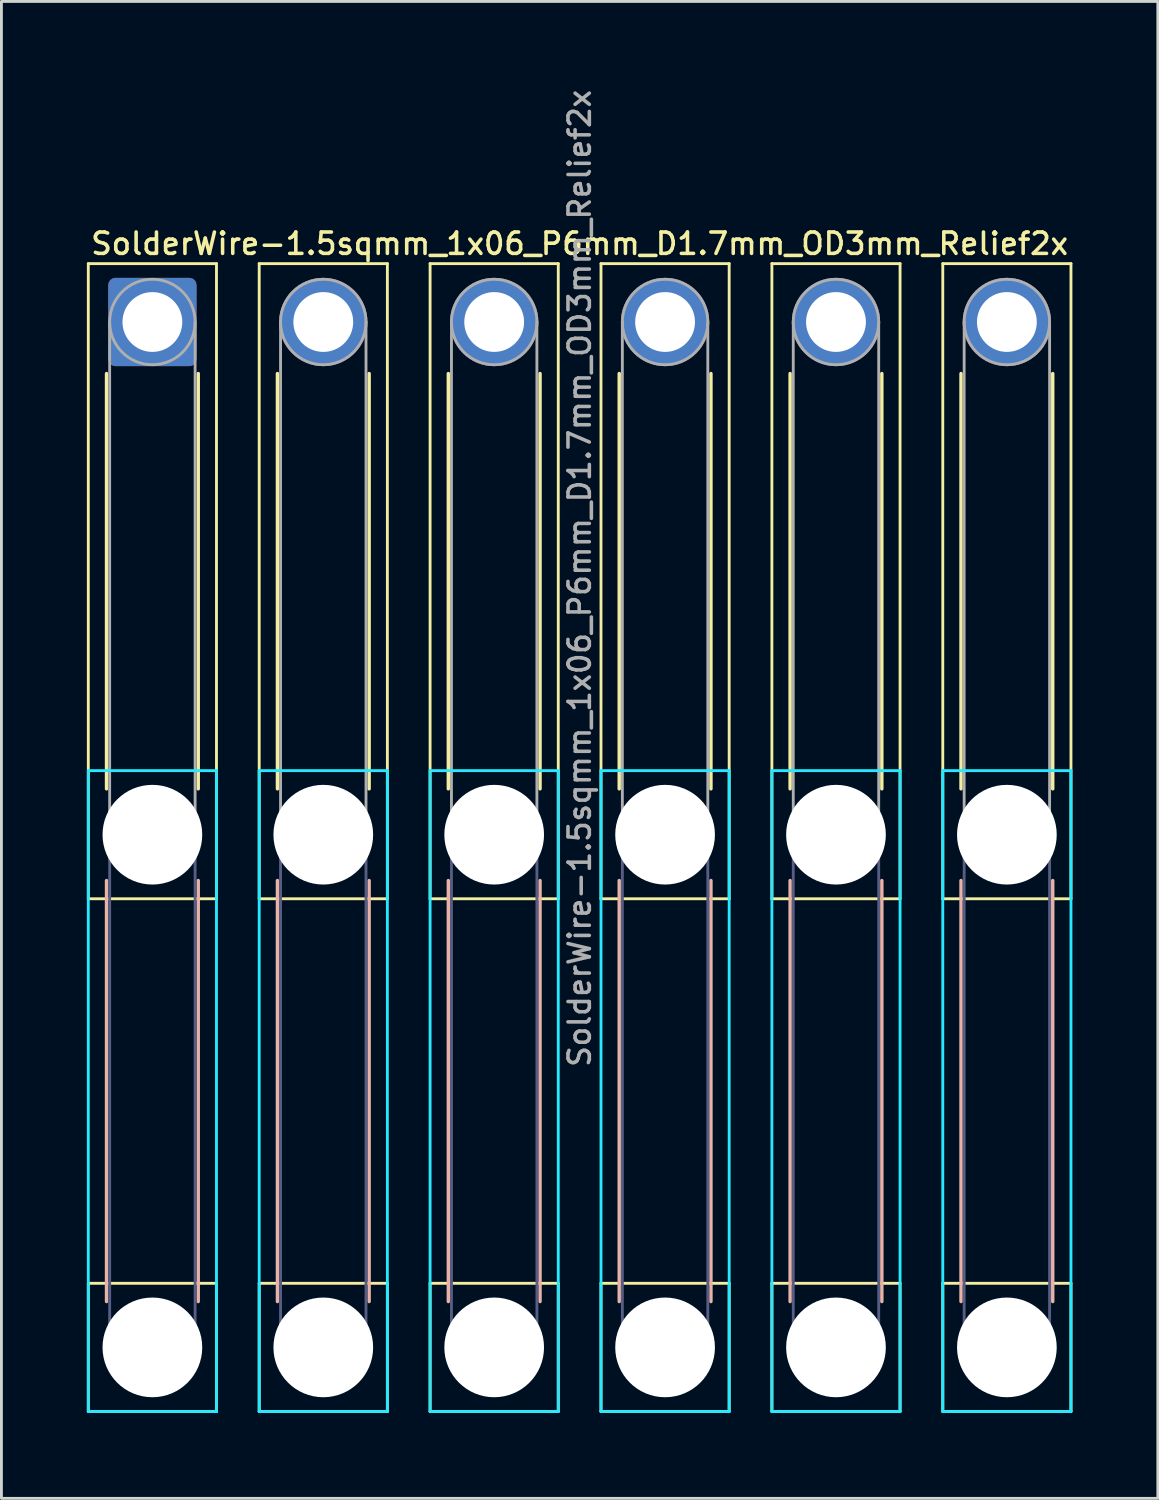
<source format=kicad_pcb>
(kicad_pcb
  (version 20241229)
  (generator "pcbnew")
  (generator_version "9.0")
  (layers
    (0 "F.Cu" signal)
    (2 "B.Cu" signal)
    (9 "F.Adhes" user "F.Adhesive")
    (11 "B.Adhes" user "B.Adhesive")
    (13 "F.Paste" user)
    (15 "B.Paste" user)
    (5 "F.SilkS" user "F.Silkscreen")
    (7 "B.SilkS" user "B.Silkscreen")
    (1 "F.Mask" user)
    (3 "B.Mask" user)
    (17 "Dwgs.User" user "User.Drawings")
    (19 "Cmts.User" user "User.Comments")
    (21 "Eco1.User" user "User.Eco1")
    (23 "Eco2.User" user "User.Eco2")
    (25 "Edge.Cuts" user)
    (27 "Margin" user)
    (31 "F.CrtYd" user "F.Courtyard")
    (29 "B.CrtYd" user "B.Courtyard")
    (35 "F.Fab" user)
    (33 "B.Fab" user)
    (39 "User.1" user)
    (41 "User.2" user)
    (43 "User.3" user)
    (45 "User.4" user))
  (footprint "SolderWire-1.5sqmm_1x06_P6mm_D1.7mm_OD3mm_Relief2x"
    (layer "F.Cu")
    (at 2.3 8.255)
    (property "Reference" "SolderWire-1.5sqmm_1x06_P6mm_D1.7mm_OD3mm_Relief2x" (at 15 -2.75 0) (layer "F.SilkS") (effects (font (size 0.75 0.75) (thickness 0.125))))
    (attr exclude_from_pos_files exclude_from_bom)
    (fp_line (start -2.25 -2.05) (end -2.25 20.25) (stroke (width 0.1) (type solid)) (layer "F.SilkS"))
    (fp_line (start -2.25 20.25) (end 2.25 20.25) (stroke (width 0.1) (type solid)) (layer "F.SilkS"))
    (fp_line (start -2.25 33.75) (end -2.25 38.25) (stroke (width 0.1) (type solid)) (layer "F.SilkS"))
    (fp_line (start -2.25 38.25) (end 2.25 38.25) (stroke (width 0.1) (type solid)) (layer "F.SilkS"))
    (fp_line (start -1.61 1.81) (end -1.61 16.39) (stroke (width 0.12) (type solid)) (layer "F.SilkS"))
    (fp_line (start 1.61 1.81) (end 1.61 16.39) (stroke (width 0.12) (type solid)) (layer "F.SilkS"))
    (fp_line (start 2.25 -2.05) (end -2.25 -2.05) (stroke (width 0.1) (type solid)) (layer "F.SilkS"))
    (fp_line (start 2.25 20.25) (end 2.25 -2.05) (stroke (width 0.1) (type solid)) (layer "F.SilkS"))
    (fp_line (start 2.25 33.75) (end -2.25 33.75) (stroke (width 0.1) (type solid)) (layer "F.SilkS"))
    (fp_line (start 2.25 38.25) (end 2.25 33.75) (stroke (width 0.1) (type solid)) (layer "F.SilkS"))
    (fp_line (start 3.75 -2.05) (end 3.75 20.25) (stroke (width 0.1) (type solid)) (layer "F.SilkS"))
    (fp_line (start 3.75 20.25) (end 8.25 20.25) (stroke (width 0.1) (type solid)) (layer "F.SilkS"))
    (fp_line (start 3.75 33.75) (end 3.75 38.25) (stroke (width 0.1) (type solid)) (layer "F.SilkS"))
    (fp_line (start 3.75 38.25) (end 8.25 38.25) (stroke (width 0.1) (type solid)) (layer "F.SilkS"))
    (fp_line (start 4.39 1.81) (end 4.39 16.39) (stroke (width 0.12) (type solid)) (layer "F.SilkS"))
    (fp_line (start 7.61 1.81) (end 7.61 16.39) (stroke (width 0.12) (type solid)) (layer "F.SilkS"))
    (fp_line (start 8.25 -2.05) (end 3.75 -2.05) (stroke (width 0.1) (type solid)) (layer "F.SilkS"))
    (fp_line (start 8.25 20.25) (end 8.25 -2.05) (stroke (width 0.1) (type solid)) (layer "F.SilkS"))
    (fp_line (start 8.25 33.75) (end 3.75 33.75) (stroke (width 0.1) (type solid)) (layer "F.SilkS"))
    (fp_line (start 8.25 38.25) (end 8.25 33.75) (stroke (width 0.1) (type solid)) (layer "F.SilkS"))
    (fp_line (start 9.75 -2.05) (end 9.75 20.25) (stroke (width 0.1) (type solid)) (layer "F.SilkS"))
    (fp_line (start 9.75 20.25) (end 14.25 20.25) (stroke (width 0.1) (type solid)) (layer "F.SilkS"))
    (fp_line (start 9.75 33.75) (end 9.75 38.25) (stroke (width 0.1) (type solid)) (layer "F.SilkS"))
    (fp_line (start 9.75 38.25) (end 14.25 38.25) (stroke (width 0.1) (type solid)) (layer "F.SilkS"))
    (fp_line (start 10.39 1.81) (end 10.39 16.39) (stroke (width 0.12) (type solid)) (layer "F.SilkS"))
    (fp_line (start 13.61 1.81) (end 13.61 16.39) (stroke (width 0.12) (type solid)) (layer "F.SilkS"))
    (fp_line (start 14.25 -2.05) (end 9.75 -2.05) (stroke (width 0.1) (type solid)) (layer "F.SilkS"))
    (fp_line (start 14.25 20.25) (end 14.25 -2.05) (stroke (width 0.1) (type solid)) (layer "F.SilkS"))
    (fp_line (start 14.25 33.75) (end 9.75 33.75) (stroke (width 0.1) (type solid)) (layer "F.SilkS"))
    (fp_line (start 14.25 38.25) (end 14.25 33.75) (stroke (width 0.1) (type solid)) (layer "F.SilkS"))
    (fp_line (start 15.75 -2.05) (end 15.75 20.25) (stroke (width 0.1) (type solid)) (layer "F.SilkS"))
    (fp_line (start 15.75 20.25) (end 20.25 20.25) (stroke (width 0.1) (type solid)) (layer "F.SilkS"))
    (fp_line (start 15.75 33.75) (end 15.75 38.25) (stroke (width 0.1) (type solid)) (layer "F.SilkS"))
    (fp_line (start 15.75 38.25) (end 20.25 38.25) (stroke (width 0.1) (type solid)) (layer "F.SilkS"))
    (fp_line (start 16.39 1.81) (end 16.39 16.39) (stroke (width 0.12) (type solid)) (layer "F.SilkS"))
    (fp_line (start 19.61 1.81) (end 19.61 16.39) (stroke (width 0.12) (type solid)) (layer "F.SilkS"))
    (fp_line (start 20.25 -2.05) (end 15.75 -2.05) (stroke (width 0.1) (type solid)) (layer "F.SilkS"))
    (fp_line (start 20.25 20.25) (end 20.25 -2.05) (stroke (width 0.1) (type solid)) (layer "F.SilkS"))
    (fp_line (start 20.25 33.75) (end 15.75 33.75) (stroke (width 0.1) (type solid)) (layer "F.SilkS"))
    (fp_line (start 20.25 38.25) (end 20.25 33.75) (stroke (width 0.1) (type solid)) (layer "F.SilkS"))
    (fp_line (start 21.75 -2.05) (end 21.75 20.25) (stroke (width 0.1) (type solid)) (layer "F.SilkS"))
    (fp_line (start 21.75 20.25) (end 26.25 20.25) (stroke (width 0.1) (type solid)) (layer "F.SilkS"))
    (fp_line (start 21.75 33.75) (end 21.75 38.25) (stroke (width 0.1) (type solid)) (layer "F.SilkS"))
    (fp_line (start 21.75 38.25) (end 26.25 38.25) (stroke (width 0.1) (type solid)) (layer "F.SilkS"))
    (fp_line (start 22.39 1.81) (end 22.39 16.39) (stroke (width 0.12) (type solid)) (layer "F.SilkS"))
    (fp_line (start 25.61 1.81) (end 25.61 16.39) (stroke (width 0.12) (type solid)) (layer "F.SilkS"))
    (fp_line (start 26.25 -2.05) (end 21.75 -2.05) (stroke (width 0.1) (type solid)) (layer "F.SilkS"))
    (fp_line (start 26.25 20.25) (end 26.25 -2.05) (stroke (width 0.1) (type solid)) (layer "F.SilkS"))
    (fp_line (start 26.25 33.75) (end 21.75 33.75) (stroke (width 0.1) (type solid)) (layer "F.SilkS"))
    (fp_line (start 26.25 38.25) (end 26.25 33.75) (stroke (width 0.1) (type solid)) (layer "F.SilkS"))
    (fp_line (start 27.75 -2.05) (end 27.75 20.25) (stroke (width 0.1) (type solid)) (layer "F.SilkS"))
    (fp_line (start 27.75 20.25) (end 32.25 20.25) (stroke (width 0.1) (type solid)) (layer "F.SilkS"))
    (fp_line (start 27.75 33.75) (end 27.75 38.25) (stroke (width 0.1) (type solid)) (layer "F.SilkS"))
    (fp_line (start 27.75 38.25) (end 32.25 38.25) (stroke (width 0.1) (type solid)) (layer "F.SilkS"))
    (fp_line (start 28.39 1.81) (end 28.39 16.39) (stroke (width 0.12) (type solid)) (layer "F.SilkS"))
    (fp_line (start 31.61 1.81) (end 31.61 16.39) (stroke (width 0.12) (type solid)) (layer "F.SilkS"))
    (fp_line (start 32.25 -2.05) (end 27.75 -2.05) (stroke (width 0.1) (type solid)) (layer "F.SilkS"))
    (fp_line (start 32.25 20.25) (end 32.25 -2.05) (stroke (width 0.1) (type solid)) (layer "F.SilkS"))
    (fp_line (start 32.25 33.75) (end 27.75 33.75) (stroke (width 0.1) (type solid)) (layer "F.SilkS"))
    (fp_line (start 32.25 38.25) (end 32.25 33.75) (stroke (width 0.1) (type solid)) (layer "F.SilkS"))
    (fp_line (start -1.61 19.61) (end -1.61 34.39) (stroke (width 0.12) (type solid)) (layer "B.SilkS"))
    (fp_line (start 1.61 19.61) (end 1.61 34.39) (stroke (width 0.12) (type solid)) (layer "B.SilkS"))
    (fp_line (start 4.39 19.61) (end 4.39 34.39) (stroke (width 0.12) (type solid)) (layer "B.SilkS"))
    (fp_line (start 7.61 19.61) (end 7.61 34.39) (stroke (width 0.12) (type solid)) (layer "B.SilkS"))
    (fp_line (start 10.39 19.61) (end 10.39 34.39) (stroke (width 0.12) (type solid)) (layer "B.SilkS"))
    (fp_line (start 13.61 19.61) (end 13.61 34.39) (stroke (width 0.12) (type solid)) (layer "B.SilkS"))
    (fp_line (start 16.39 19.61) (end 16.39 34.39) (stroke (width 0.12) (type solid)) (layer "B.SilkS"))
    (fp_line (start 19.61 19.61) (end 19.61 34.39) (stroke (width 0.12) (type solid)) (layer "B.SilkS"))
    (fp_line (start 22.39 19.61) (end 22.39 34.39) (stroke (width 0.12) (type solid)) (layer "B.SilkS"))
    (fp_line (start 25.61 19.61) (end 25.61 34.39) (stroke (width 0.12) (type solid)) (layer "B.SilkS"))
    (fp_line (start 28.39 19.61) (end 28.39 34.39) (stroke (width 0.12) (type solid)) (layer "B.SilkS"))
    (fp_line (start 31.61 19.61) (end 31.61 34.39) (stroke (width 0.12) (type solid)) (layer "B.SilkS"))
    (fp_line (start -2.25 15.75) (end -2.25 38.25) (stroke (width 0.1) (type solid)) (layer "B.CrtYd"))
    (fp_line (start -2.25 38.25) (end 2.25 38.25) (stroke (width 0.1) (type solid)) (layer "B.CrtYd"))
    (fp_line (start 2.25 15.75) (end -2.25 15.75) (stroke (width 0.1) (type solid)) (layer "B.CrtYd"))
    (fp_line (start 2.25 38.25) (end 2.25 15.75) (stroke (width 0.1) (type solid)) (layer "B.CrtYd"))
    (fp_line (start 3.75 15.75) (end 3.75 38.25) (stroke (width 0.1) (type solid)) (layer "B.CrtYd"))
    (fp_line (start 3.75 38.25) (end 8.25 38.25) (stroke (width 0.1) (type solid)) (layer "B.CrtYd"))
    (fp_line (start 8.25 15.75) (end 3.75 15.75) (stroke (width 0.1) (type solid)) (layer "B.CrtYd"))
    (fp_line (start 8.25 38.25) (end 8.25 15.75) (stroke (width 0.1) (type solid)) (layer "B.CrtYd"))
    (fp_line (start 9.75 15.75) (end 9.75 38.25) (stroke (width 0.1) (type solid)) (layer "B.CrtYd"))
    (fp_line (start 9.75 38.25) (end 14.25 38.25) (stroke (width 0.1) (type solid)) (layer "B.CrtYd"))
    (fp_line (start 14.25 15.75) (end 9.75 15.75) (stroke (width 0.1) (type solid)) (layer "B.CrtYd"))
    (fp_line (start 14.25 38.25) (end 14.25 15.75) (stroke (width 0.1) (type solid)) (layer "B.CrtYd"))
    (fp_line (start 15.75 15.75) (end 15.75 38.25) (stroke (width 0.1) (type solid)) (layer "B.CrtYd"))
    (fp_line (start 15.75 38.25) (end 20.25 38.25) (stroke (width 0.1) (type solid)) (layer "B.CrtYd"))
    (fp_line (start 20.25 15.75) (end 15.75 15.75) (stroke (width 0.1) (type solid)) (layer "B.CrtYd"))
    (fp_line (start 20.25 38.25) (end 20.25 15.75) (stroke (width 0.1) (type solid)) (layer "B.CrtYd"))
    (fp_line (start 21.75 15.75) (end 21.75 38.25) (stroke (width 0.1) (type solid)) (layer "B.CrtYd"))
    (fp_line (start 21.75 38.25) (end 26.25 38.25) (stroke (width 0.1) (type solid)) (layer "B.CrtYd"))
    (fp_line (start 26.25 15.75) (end 21.75 15.75) (stroke (width 0.1) (type solid)) (layer "B.CrtYd"))
    (fp_line (start 26.25 38.25) (end 26.25 15.75) (stroke (width 0.1) (type solid)) (layer "B.CrtYd"))
    (fp_line (start 27.75 15.75) (end 27.75 38.25) (stroke (width 0.1) (type solid)) (layer "B.CrtYd"))
    (fp_line (start 27.75 38.25) (end 32.25 38.25) (stroke (width 0.1) (type solid)) (layer "B.CrtYd"))
    (fp_line (start 32.25 15.75) (end 27.75 15.75) (stroke (width 0.1) (type solid)) (layer "B.CrtYd"))
    (fp_line (start 32.25 38.25) (end 32.25 15.75) (stroke (width 0.1) (type solid)) (layer "B.CrtYd"))
    (fp_line (start -1.5 18) (end -1.5 36) (stroke (width 0.1) (type solid)) (layer "B.Fab"))
    (fp_line (start 1.5 18) (end 1.5 36) (stroke (width 0.1) (type solid)) (layer "B.Fab"))
    (fp_line (start 4.5 18) (end 4.5 36) (stroke (width 0.1) (type solid)) (layer "B.Fab"))
    (fp_line (start 7.5 18) (end 7.5 36) (stroke (width 0.1) (type solid)) (layer "B.Fab"))
    (fp_line (start 10.5 18) (end 10.5 36) (stroke (width 0.1) (type solid)) (layer "B.Fab"))
    (fp_line (start 13.5 18) (end 13.5 36) (stroke (width 0.1) (type solid)) (layer "B.Fab"))
    (fp_line (start 16.5 18) (end 16.5 36) (stroke (width 0.1) (type solid)) (layer "B.Fab"))
    (fp_line (start 19.5 18) (end 19.5 36) (stroke (width 0.1) (type solid)) (layer "B.Fab"))
    (fp_line (start 22.5 18) (end 22.5 36) (stroke (width 0.1) (type solid)) (layer "B.Fab"))
    (fp_line (start 25.5 18) (end 25.5 36) (stroke (width 0.1) (type solid)) (layer "B.Fab"))
    (fp_line (start 28.5 18) (end 28.5 36) (stroke (width 0.1) (type solid)) (layer "B.Fab"))
    (fp_line (start 31.5 18) (end 31.5 36) (stroke (width 0.1) (type solid)) (layer "B.Fab"))
    (fp_circle (center 0 18) (end 1.5 18) (stroke (width 0.1) (type solid)) (fill no) (layer "B.Fab"))
    (fp_circle (center 0 36) (end 1.5 36) (stroke (width 0.1) (type solid)) (fill no) (layer "B.Fab"))
    (fp_circle (center 6 18) (end 7.5 18) (stroke (width 0.1) (type solid)) (fill no) (layer "B.Fab"))
    (fp_circle (center 6 36) (end 7.5 36) (stroke (width 0.1) (type solid)) (fill no) (layer "B.Fab"))
    (fp_circle (center 12 18) (end 13.5 18) (stroke (width 0.1) (type solid)) (fill no) (layer "B.Fab"))
    (fp_circle (center 12 36) (end 13.5 36) (stroke (width 0.1) (type solid)) (fill no) (layer "B.Fab"))
    (fp_circle (center 18 18) (end 19.5 18) (stroke (width 0.1) (type solid)) (fill no) (layer "B.Fab"))
    (fp_circle (center 18 36) (end 19.5 36) (stroke (width 0.1) (type solid)) (fill no) (layer "B.Fab"))
    (fp_circle (center 24 18) (end 25.5 18) (stroke (width 0.1) (type solid)) (fill no) (layer "B.Fab"))
    (fp_circle (center 24 36) (end 25.5 36) (stroke (width 0.1) (type solid)) (fill no) (layer "B.Fab"))
    (fp_circle (center 30 18) (end 31.5 18) (stroke (width 0.1) (type solid)) (fill no) (layer "B.Fab"))
    (fp_circle (center 30 36) (end 31.5 36) (stroke (width 0.1) (type solid)) (fill no) (layer "B.Fab"))
    (fp_line (start -1.5 0) (end -1.5 18) (stroke (width 0.1) (type solid)) (layer "F.Fab"))
    (fp_line (start 1.5 0) (end 1.5 18) (stroke (width 0.1) (type solid)) (layer "F.Fab"))
    (fp_line (start 4.5 0) (end 4.5 18) (stroke (width 0.1) (type solid)) (layer "F.Fab"))
    (fp_line (start 7.5 0) (end 7.5 18) (stroke (width 0.1) (type solid)) (layer "F.Fab"))
    (fp_line (start 10.5 0) (end 10.5 18) (stroke (width 0.1) (type solid)) (layer "F.Fab"))
    (fp_line (start 13.5 0) (end 13.5 18) (stroke (width 0.1) (type solid)) (layer "F.Fab"))
    (fp_line (start 16.5 0) (end 16.5 18) (stroke (width 0.1) (type solid)) (layer "F.Fab"))
    (fp_line (start 19.5 0) (end 19.5 18) (stroke (width 0.1) (type solid)) (layer "F.Fab"))
    (fp_line (start 22.5 0) (end 22.5 18) (stroke (width 0.1) (type solid)) (layer "F.Fab"))
    (fp_line (start 25.5 0) (end 25.5 18) (stroke (width 0.1) (type solid)) (layer "F.Fab"))
    (fp_line (start 28.5 0) (end 28.5 18) (stroke (width 0.1) (type solid)) (layer "F.Fab"))
    (fp_line (start 31.5 0) (end 31.5 18) (stroke (width 0.1) (type solid)) (layer "F.Fab"))
    (fp_circle (center 0 0) (end 1.5 0) (stroke (width 0.1) (type solid)) (fill no) (layer "F.Fab"))
    (fp_circle (center 0 18) (end 1.5 18) (stroke (width 0.1) (type solid)) (fill no) (layer "F.Fab"))
    (fp_circle (center 0 36) (end 1.5 36) (stroke (width 0.1) (type solid)) (fill no) (layer "F.Fab"))
    (fp_circle (center 6 0) (end 7.5 0) (stroke (width 0.1) (type solid)) (fill no) (layer "F.Fab"))
    (fp_circle (center 6 18) (end 7.5 18) (stroke (width 0.1) (type solid)) (fill no) (layer "F.Fab"))
    (fp_circle (center 6 36) (end 7.5 36) (stroke (width 0.1) (type solid)) (fill no) (layer "F.Fab"))
    (fp_circle (center 12 0) (end 13.5 0) (stroke (width 0.1) (type solid)) (fill no) (layer "F.Fab"))
    (fp_circle (center 12 18) (end 13.5 18) (stroke (width 0.1) (type solid)) (fill no) (layer "F.Fab"))
    (fp_circle (center 12 36) (end 13.5 36) (stroke (width 0.1) (type solid)) (fill no) (layer "F.Fab"))
    (fp_circle (center 18 0) (end 19.5 0) (stroke (width 0.1) (type solid)) (fill no) (layer "F.Fab"))
    (fp_circle (center 18 18) (end 19.5 18) (stroke (width 0.1) (type solid)) (fill no) (layer "F.Fab"))
    (fp_circle (center 18 36) (end 19.5 36) (stroke (width 0.1) (type solid)) (fill no) (layer "F.Fab"))
    (fp_circle (center 24 0) (end 25.5 0) (stroke (width 0.1) (type solid)) (fill no) (layer "F.Fab"))
    (fp_circle (center 24 18) (end 25.5 18) (stroke (width 0.1) (type solid)) (fill no) (layer "F.Fab"))
    (fp_circle (center 24 36) (end 25.5 36) (stroke (width 0.1) (type solid)) (fill no) (layer "F.Fab"))
    (fp_circle (center 30 0) (end 31.5 0) (stroke (width 0.1) (type solid)) (fill no) (layer "F.Fab"))
    (fp_circle (center 30 18) (end 31.5 18) (stroke (width 0.1) (type solid)) (fill no) (layer "F.Fab"))
    (fp_circle (center 30 36) (end 31.5 36) (stroke (width 0.1) (type solid)) (fill no) (layer "F.Fab"))
    (fp_text user "${REFERENCE}" (at 15 9 90) (layer "F.Fab") (effects (font (size 0.75 0.75) (thickness 0.125))))
    (pad "" np_thru_hole circle (at 0 18) (size 3.5 3.5) (drill 3.5) (layers "*.Cu" "*.Mask"))
    (pad "" np_thru_hole circle (at 0 36) (size 3.5 3.5) (drill 3.5) (layers "*.Cu" "*.Mask"))
    (pad "" np_thru_hole circle (at 6 18) (size 3.5 3.5) (drill 3.5) (layers "*.Cu" "*.Mask"))
    (pad "" np_thru_hole circle (at 6 36) (size 3.5 3.5) (drill 3.5) (layers "*.Cu" "*.Mask"))
    (pad "" np_thru_hole circle (at 12 18) (size 3.5 3.5) (drill 3.5) (layers "*.Cu" "*.Mask"))
    (pad "" np_thru_hole circle (at 12 36) (size 3.5 3.5) (drill 3.5) (layers "*.Cu" "*.Mask"))
    (pad "" np_thru_hole circle (at 18 18) (size 3.5 3.5) (drill 3.5) (layers "*.Cu" "*.Mask"))
    (pad "" np_thru_hole circle (at 18 36) (size 3.5 3.5) (drill 3.5) (layers "*.Cu" "*.Mask"))
    (pad "" np_thru_hole circle (at 24 18) (size 3.5 3.5) (drill 3.5) (layers "*.Cu" "*.Mask"))
    (pad "" np_thru_hole circle (at 24 36) (size 3.5 3.5) (drill 3.5) (layers "*.Cu" "*.Mask"))
    (pad "" np_thru_hole circle (at 30 18) (size 3.5 3.5) (drill 3.5) (layers "*.Cu" "*.Mask"))
    (pad "" np_thru_hole circle (at 30 36) (size 3.5 3.5) (drill 3.5) (layers "*.Cu" "*.Mask"))
    (pad "1" thru_hole roundrect (at 0 0) (size 3.1 3.1) (drill 2.1) (layers "*.Cu" "*.Mask") (roundrect_rratio 0.081))
    (pad "2" thru_hole circle (at 6 0) (size 3.1 3.1) (drill 2.1) (layers "*.Cu" "*.Mask"))
    (pad "3" thru_hole circle (at 12 0) (size 3.1 3.1) (drill 2.1) (layers "*.Cu" "*.Mask"))
    (pad "4" thru_hole circle (at 18 0) (size 3.1 3.1) (drill 2.1) (layers "*.Cu" "*.Mask"))
    (pad "5" thru_hole circle (at 24 0) (size 3.1 3.1) (drill 2.1) (layers "*.Cu" "*.Mask"))
    (pad "6" thru_hole circle (at 30 0) (size 3.1 3.1) (drill 2.1) (layers "*.Cu" "*.Mask")))
  (gr_rect
    (start -3 -3)
    (end 37.6 49.555)
    (stroke (width 0.1) (type default))
    (fill no)
    (layer "Edge.Cuts")))
</source>
